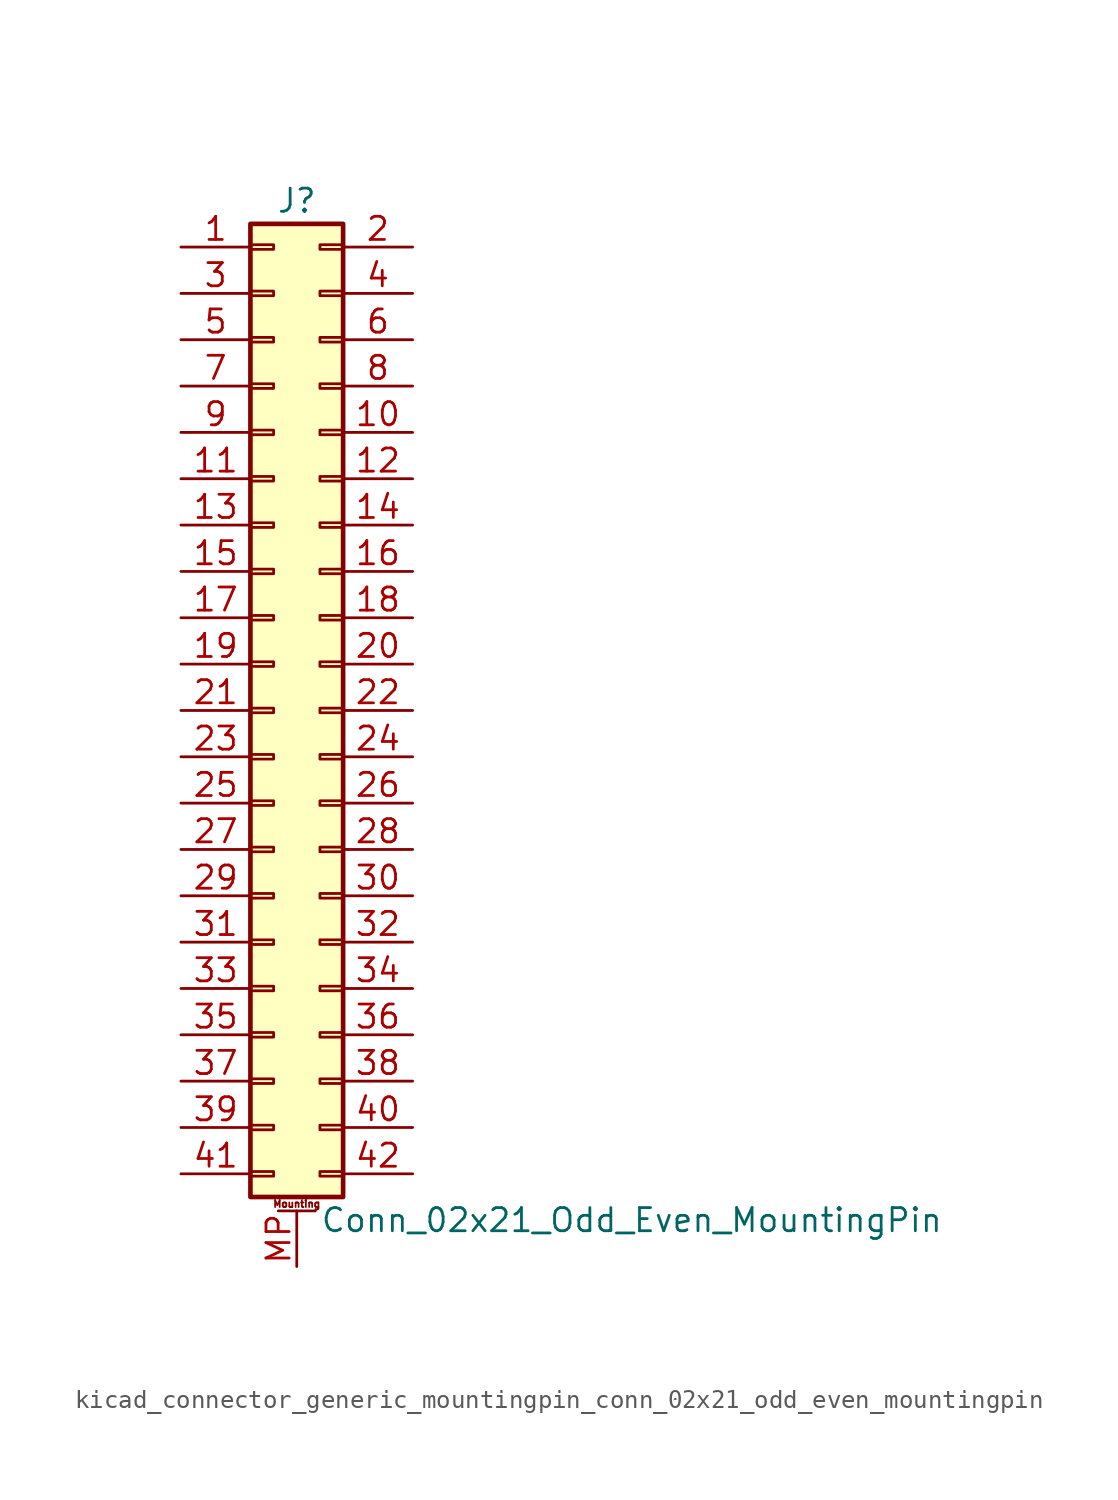
<source format=kicad_sym>
(kicad_symbol_lib
  (version 20220914)
  (generator kicad_symbol_editor)
  (symbol "kicad_connector_generic_mountingpin_conn_02x21_odd_even_mountingpin"
    (pin_names
      (offset 1.016) hide)
    (property "Reference" "J"
      (at 1.27 27.94 0)
      (effects (font (size 1.27 1.27))))
    (property "Value" "Conn_02x21_Odd_Even_MountingPin"
      (at 2.54 -27.94 0)
      (effects (font (size 1.27 1.27)) (justify left)))
    (symbol "kicad_connector_generic_mountingpin_conn_02x21_odd_even_mountingpin_1_1"
      (rectangle (start -1.27 -25.273) (end 0 -25.527) (stroke (width 0.152) (type default)) (fill (type none)))
      (rectangle (start -1.27 -22.733) (end 0 -22.987) (stroke (width 0.152) (type default)) (fill (type none)))
      (rectangle (start -1.27 -20.193) (end 0 -20.447) (stroke (width 0.152) (type default)) (fill (type none)))
      (rectangle (start -1.27 -17.653) (end 0 -17.907) (stroke (width 0.152) (type default)) (fill (type none)))
      (rectangle (start -1.27 -15.113) (end 0 -15.367) (stroke (width 0.152) (type default)) (fill (type none)))
      (rectangle (start -1.27 -12.573) (end 0 -12.827) (stroke (width 0.152) (type default)) (fill (type none)))
      (rectangle (start -1.27 -10.033) (end 0 -10.287) (stroke (width 0.152) (type default)) (fill (type none)))
      (rectangle (start -1.27 -7.493) (end 0 -7.747) (stroke (width 0.152) (type default)) (fill (type none)))
      (rectangle (start -1.27 -4.953) (end 0 -5.207) (stroke (width 0.152) (type default)) (fill (type none)))
      (rectangle (start -1.27 -2.413) (end 0 -2.667) (stroke (width 0.152) (type default)) (fill (type none)))
      (rectangle (start -1.27 0.127) (end 0 -0.127) (stroke (width 0.152) (type default)) (fill (type none)))
      (rectangle (start -1.27 2.667) (end 0 2.413) (stroke (width 0.152) (type default)) (fill (type none)))
      (rectangle (start -1.27 5.207) (end 0 4.953) (stroke (width 0.152) (type default)) (fill (type none)))
      (rectangle (start -1.27 7.747) (end 0 7.493) (stroke (width 0.152) (type default)) (fill (type none)))
      (rectangle (start -1.27 10.287) (end 0 10.033) (stroke (width 0.152) (type default)) (fill (type none)))
      (rectangle (start -1.27 12.827) (end 0 12.573) (stroke (width 0.152) (type default)) (fill (type none)))
      (rectangle (start -1.27 15.367) (end 0 15.113) (stroke (width 0.152) (type default)) (fill (type none)))
      (rectangle (start -1.27 17.907) (end 0 17.653) (stroke (width 0.152) (type default)) (fill (type none)))
      (rectangle (start -1.27 20.447) (end 0 20.193) (stroke (width 0.152) (type default)) (fill (type none)))
      (rectangle (start -1.27 22.987) (end 0 22.733) (stroke (width 0.152) (type default)) (fill (type none)))
      (rectangle (start -1.27 25.527) (end 0 25.273) (stroke (width 0.152) (type default)) (fill (type none)))
      (rectangle (start -1.27 26.67) (end 3.81 -26.67) (stroke (width 0.254) (type default)) (fill (type background)))
      (polyline (pts (xy 0.254 -27.432) (xy 2.286 -27.432)) (stroke (width 0.152) (type default)) (fill (type none)))
      (rectangle (start 3.81 -25.273) (end 2.54 -25.527) (stroke (width 0.152) (type default)) (fill (type none)))
      (rectangle (start 3.81 -22.733) (end 2.54 -22.987) (stroke (width 0.152) (type default)) (fill (type none)))
      (rectangle (start 3.81 -20.193) (end 2.54 -20.447) (stroke (width 0.152) (type default)) (fill (type none)))
      (rectangle (start 3.81 -17.653) (end 2.54 -17.907) (stroke (width 0.152) (type default)) (fill (type none)))
      (rectangle (start 3.81 -15.113) (end 2.54 -15.367) (stroke (width 0.152) (type default)) (fill (type none)))
      (rectangle (start 3.81 -12.573) (end 2.54 -12.827) (stroke (width 0.152) (type default)) (fill (type none)))
      (rectangle (start 3.81 -10.033) (end 2.54 -10.287) (stroke (width 0.152) (type default)) (fill (type none)))
      (rectangle (start 3.81 -7.493) (end 2.54 -7.747) (stroke (width 0.152) (type default)) (fill (type none)))
      (rectangle (start 3.81 -4.953) (end 2.54 -5.207) (stroke (width 0.152) (type default)) (fill (type none)))
      (rectangle (start 3.81 -2.413) (end 2.54 -2.667) (stroke (width 0.152) (type default)) (fill (type none)))
      (rectangle (start 3.81 0.127) (end 2.54 -0.127) (stroke (width 0.152) (type default)) (fill (type none)))
      (rectangle (start 3.81 2.667) (end 2.54 2.413) (stroke (width 0.152) (type default)) (fill (type none)))
      (rectangle (start 3.81 5.207) (end 2.54 4.953) (stroke (width 0.152) (type default)) (fill (type none)))
      (rectangle (start 3.81 7.747) (end 2.54 7.493) (stroke (width 0.152) (type default)) (fill (type none)))
      (rectangle (start 3.81 10.287) (end 2.54 10.033) (stroke (width 0.152) (type default)) (fill (type none)))
      (rectangle (start 3.81 12.827) (end 2.54 12.573) (stroke (width 0.152) (type default)) (fill (type none)))
      (rectangle (start 3.81 15.367) (end 2.54 15.113) (stroke (width 0.152) (type default)) (fill (type none)))
      (rectangle (start 3.81 17.907) (end 2.54 17.653) (stroke (width 0.152) (type default)) (fill (type none)))
      (rectangle (start 3.81 20.447) (end 2.54 20.193) (stroke (width 0.152) (type default)) (fill (type none)))
      (rectangle (start 3.81 22.987) (end 2.54 22.733) (stroke (width 0.152) (type default)) (fill (type none)))
      (rectangle (start 3.81 25.527) (end 2.54 25.273) (stroke (width 0.152) (type default)) (fill (type none)))
      (text "Mounting" (at 1.27 -27.051 0) (effects (font (size 0.381 0.381))))
      (pin passive line (at -5.08 25.4 0) (length 3.81) (name "Pin_1" (effects (font (size 1.27 1.27)))) (number "1" (effects (font (size 1.27 1.27)))))
      (pin passive line (at 7.62 15.24 180) (length 3.81) (name "Pin_10" (effects (font (size 1.27 1.27)))) (number "10" (effects (font (size 1.27 1.27)))))
      (pin passive line (at -5.08 12.7 0) (length 3.81) (name "Pin_11" (effects (font (size 1.27 1.27)))) (number "11" (effects (font (size 1.27 1.27)))))
      (pin passive line (at 7.62 12.7 180) (length 3.81) (name "Pin_12" (effects (font (size 1.27 1.27)))) (number "12" (effects (font (size 1.27 1.27)))))
      (pin passive line (at -5.08 10.16 0) (length 3.81) (name "Pin_13" (effects (font (size 1.27 1.27)))) (number "13" (effects (font (size 1.27 1.27)))))
      (pin passive line (at 7.62 10.16 180) (length 3.81) (name "Pin_14" (effects (font (size 1.27 1.27)))) (number "14" (effects (font (size 1.27 1.27)))))
      (pin passive line (at -5.08 7.62 0) (length 3.81) (name "Pin_15" (effects (font (size 1.27 1.27)))) (number "15" (effects (font (size 1.27 1.27)))))
      (pin passive line (at 7.62 7.62 180) (length 3.81) (name "Pin_16" (effects (font (size 1.27 1.27)))) (number "16" (effects (font (size 1.27 1.27)))))
      (pin passive line (at -5.08 5.08 0) (length 3.81) (name "Pin_17" (effects (font (size 1.27 1.27)))) (number "17" (effects (font (size 1.27 1.27)))))
      (pin passive line (at 7.62 5.08 180) (length 3.81) (name "Pin_18" (effects (font (size 1.27 1.27)))) (number "18" (effects (font (size 1.27 1.27)))))
      (pin passive line (at -5.08 2.54 0) (length 3.81) (name "Pin_19" (effects (font (size 1.27 1.27)))) (number "19" (effects (font (size 1.27 1.27)))))
      (pin passive line (at 7.62 25.4 180) (length 3.81) (name "Pin_2" (effects (font (size 1.27 1.27)))) (number "2" (effects (font (size 1.27 1.27)))))
      (pin passive line (at 7.62 2.54 180) (length 3.81) (name "Pin_20" (effects (font (size 1.27 1.27)))) (number "20" (effects (font (size 1.27 1.27)))))
      (pin passive line (at -5.08 0 0) (length 3.81) (name "Pin_21" (effects (font (size 1.27 1.27)))) (number "21" (effects (font (size 1.27 1.27)))))
      (pin passive line (at 7.62 0 180) (length 3.81) (name "Pin_22" (effects (font (size 1.27 1.27)))) (number "22" (effects (font (size 1.27 1.27)))))
      (pin passive line (at -5.08 -2.54 0) (length 3.81) (name "Pin_23" (effects (font (size 1.27 1.27)))) (number "23" (effects (font (size 1.27 1.27)))))
      (pin passive line (at 7.62 -2.54 180) (length 3.81) (name "Pin_24" (effects (font (size 1.27 1.27)))) (number "24" (effects (font (size 1.27 1.27)))))
      (pin passive line (at -5.08 -5.08 0) (length 3.81) (name "Pin_25" (effects (font (size 1.27 1.27)))) (number "25" (effects (font (size 1.27 1.27)))))
      (pin passive line (at 7.62 -5.08 180) (length 3.81) (name "Pin_26" (effects (font (size 1.27 1.27)))) (number "26" (effects (font (size 1.27 1.27)))))
      (pin passive line (at -5.08 -7.62 0) (length 3.81) (name "Pin_27" (effects (font (size 1.27 1.27)))) (number "27" (effects (font (size 1.27 1.27)))))
      (pin passive line (at 7.62 -7.62 180) (length 3.81) (name "Pin_28" (effects (font (size 1.27 1.27)))) (number "28" (effects (font (size 1.27 1.27)))))
      (pin passive line (at -5.08 -10.16 0) (length 3.81) (name "Pin_29" (effects (font (size 1.27 1.27)))) (number "29" (effects (font (size 1.27 1.27)))))
      (pin passive line (at -5.08 22.86 0) (length 3.81) (name "Pin_3" (effects (font (size 1.27 1.27)))) (number "3" (effects (font (size 1.27 1.27)))))
      (pin passive line (at 7.62 -10.16 180) (length 3.81) (name "Pin_30" (effects (font (size 1.27 1.27)))) (number "30" (effects (font (size 1.27 1.27)))))
      (pin passive line (at -5.08 -12.7 0) (length 3.81) (name "Pin_31" (effects (font (size 1.27 1.27)))) (number "31" (effects (font (size 1.27 1.27)))))
      (pin passive line (at 7.62 -12.7 180) (length 3.81) (name "Pin_32" (effects (font (size 1.27 1.27)))) (number "32" (effects (font (size 1.27 1.27)))))
      (pin passive line (at -5.08 -15.24 0) (length 3.81) (name "Pin_33" (effects (font (size 1.27 1.27)))) (number "33" (effects (font (size 1.27 1.27)))))
      (pin passive line (at 7.62 -15.24 180) (length 3.81) (name "Pin_34" (effects (font (size 1.27 1.27)))) (number "34" (effects (font (size 1.27 1.27)))))
      (pin passive line (at -5.08 -17.78 0) (length 3.81) (name "Pin_35" (effects (font (size 1.27 1.27)))) (number "35" (effects (font (size 1.27 1.27)))))
      (pin passive line (at 7.62 -17.78 180) (length 3.81) (name "Pin_36" (effects (font (size 1.27 1.27)))) (number "36" (effects (font (size 1.27 1.27)))))
      (pin passive line (at -5.08 -20.32 0) (length 3.81) (name "Pin_37" (effects (font (size 1.27 1.27)))) (number "37" (effects (font (size 1.27 1.27)))))
      (pin passive line (at 7.62 -20.32 180) (length 3.81) (name "Pin_38" (effects (font (size 1.27 1.27)))) (number "38" (effects (font (size 1.27 1.27)))))
      (pin passive line (at -5.08 -22.86 0) (length 3.81) (name "Pin_39" (effects (font (size 1.27 1.27)))) (number "39" (effects (font (size 1.27 1.27)))))
      (pin passive line (at 7.62 22.86 180) (length 3.81) (name "Pin_4" (effects (font (size 1.27 1.27)))) (number "4" (effects (font (size 1.27 1.27)))))
      (pin passive line (at 7.62 -22.86 180) (length 3.81) (name "Pin_40" (effects (font (size 1.27 1.27)))) (number "40" (effects (font (size 1.27 1.27)))))
      (pin passive line (at -5.08 -25.4 0) (length 3.81) (name "Pin_41" (effects (font (size 1.27 1.27)))) (number "41" (effects (font (size 1.27 1.27)))))
      (pin passive line (at 7.62 -25.4 180) (length 3.81) (name "Pin_42" (effects (font (size 1.27 1.27)))) (number "42" (effects (font (size 1.27 1.27)))))
      (pin passive line (at -5.08 20.32 0) (length 3.81) (name "Pin_5" (effects (font (size 1.27 1.27)))) (number "5" (effects (font (size 1.27 1.27)))))
      (pin passive line (at 7.62 20.32 180) (length 3.81) (name "Pin_6" (effects (font (size 1.27 1.27)))) (number "6" (effects (font (size 1.27 1.27)))))
      (pin passive line (at -5.08 17.78 0) (length 3.81) (name "Pin_7" (effects (font (size 1.27 1.27)))) (number "7" (effects (font (size 1.27 1.27)))))
      (pin passive line (at 7.62 17.78 180) (length 3.81) (name "Pin_8" (effects (font (size 1.27 1.27)))) (number "8" (effects (font (size 1.27 1.27)))))
      (pin passive line (at -5.08 15.24 0) (length 3.81) (name "Pin_9" (effects (font (size 1.27 1.27)))) (number "9" (effects (font (size 1.27 1.27)))))
      (pin passive line (at 1.27 -30.48 90) (length 3.048) (name "MountPin" (effects (font (size 1.27 1.27)))) (number "MP" (effects (font (size 1.27 1.27))))))))
</source>
